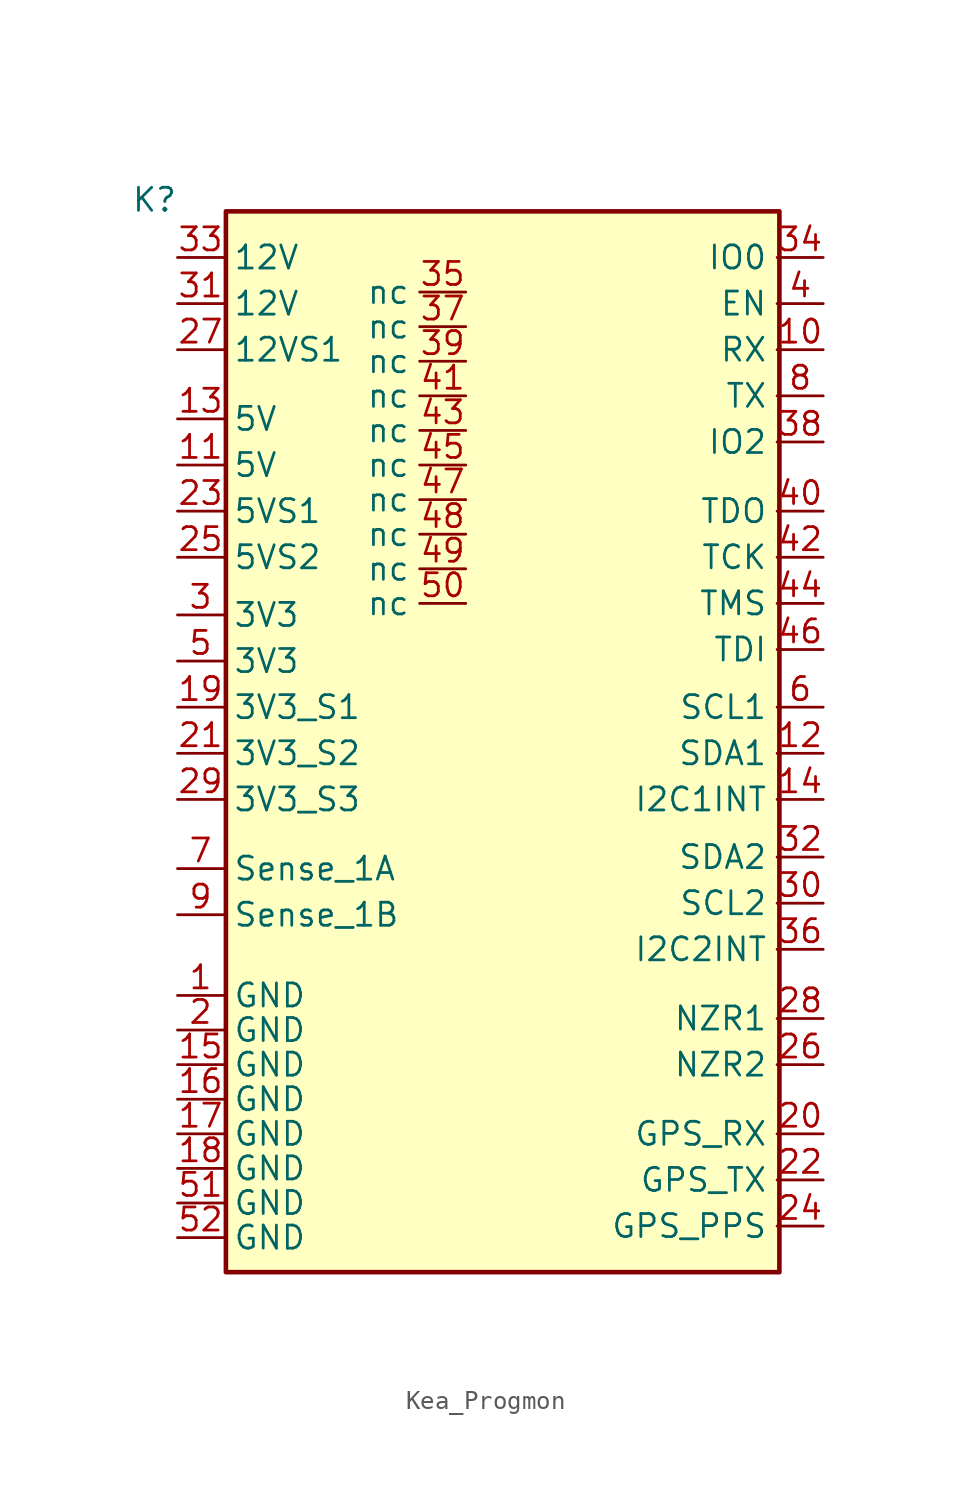
<source format=kicad_sym>
(kicad_symbol_lib
  (version 20220914)
  (generator kicad_symbol_editor)
  (symbol "Kea_Progmon"
    (property "Reference" "K"
      (at 0 0 0)
      (effects (font (size 1.27 1.27))))
    (property "Value" ""
      (at 0 0 0)
      (effects (font (size 1.27 1.27))))
    (symbol "Kea_Progmon_0_1"
      (rectangle (start 3.937 -0.635) (end 34.417 -59.055) (stroke (width 0.254) (type default)) (fill (type background))))
    (symbol "Kea_Progmon_1_1"
      (pin power_in line (at 1.27 -43.815 0) (length 2.54) (name "GND" (effects (font (size 1.27 1.27)))) (number "1" (effects (font (size 1.27 1.27)))))
      (pin bidirectional line (at 36.83 -8.255 180) (length 2.54) (name "RX" (effects (font (size 1.27 1.27)))) (number "10" (effects (font (size 1.27 1.27)))))
      (pin input line (at 1.27 -14.605 0) (length 2.54) (name "5V" (effects (font (size 1.27 1.27)))) (number "11" (effects (font (size 1.27 1.27)))))
      (pin output line (at 36.83 -30.48 180) (length 2.54) (name "SDA1" (effects (font (size 1.27 1.27)))) (number "12" (effects (font (size 1.27 1.27)))))
      (pin input line (at 1.27 -12.065 0) (length 2.54) (name "5V" (effects (font (size 1.27 1.27)))) (number "13" (effects (font (size 1.27 1.27)))))
      (pin output line (at 36.83 -33.02 180) (length 2.54) (name "I2C1INT" (effects (font (size 1.27 1.27)))) (number "14" (effects (font (size 1.27 1.27)))))
      (pin power_in line (at 1.27 -47.625 0) (length 2.54) (name "GND" (effects (font (size 1.27 1.27)))) (number "15" (effects (font (size 1.27 1.27)))))
      (pin power_in line (at 1.27 -49.53 0) (length 2.54) (name "GND" (effects (font (size 1.27 1.27)))) (number "16" (effects (font (size 1.27 1.27)))))
      (pin power_in line (at 1.27 -51.435 0) (length 2.54) (name "GND" (effects (font (size 1.27 1.27)))) (number "17" (effects (font (size 1.27 1.27)))))
      (pin power_in line (at 1.27 -53.34 0) (length 2.54) (name "GND" (effects (font (size 1.27 1.27)))) (number "18" (effects (font (size 1.27 1.27)))))
      (pin passive line (at 1.27 -27.94 0) (length 2.54) (name "3V3_S1" (effects (font (size 1.27 1.27)))) (number "19" (effects (font (size 1.27 1.27)))))
      (pin power_in line (at 1.27 -45.72 0) (length 2.54) (name "GND" (effects (font (size 1.27 1.27)))) (number "2" (effects (font (size 1.27 1.27)))))
      (pin unspecified line (at 36.83 -51.435 180) (length 2.54) (name "GPS_RX" (effects (font (size 1.27 1.27)))) (number "20" (effects (font (size 1.27 1.27)))))
      (pin passive line (at 1.27 -30.48 0) (length 2.54) (name "3V3_S2" (effects (font (size 1.27 1.27)))) (number "21" (effects (font (size 1.27 1.27)))))
      (pin unspecified line (at 36.83 -53.975 180) (length 2.54) (name "GPS_TX" (effects (font (size 1.27 1.27)))) (number "22" (effects (font (size 1.27 1.27)))))
      (pin output line (at 1.27 -17.145 0) (length 2.54) (name "5VS1" (effects (font (size 1.27 1.27)))) (number "23" (effects (font (size 1.27 1.27)))))
      (pin unspecified line (at 36.83 -56.515 180) (length 2.54) (name "GPS_PPS" (effects (font (size 1.27 1.27)))) (number "24" (effects (font (size 1.27 1.27)))))
      (pin output line (at 1.27 -19.685 0) (length 2.54) (name "5VS2" (effects (font (size 1.27 1.27)))) (number "25" (effects (font (size 1.27 1.27)))))
      (pin passive line (at 36.83 -47.625 180) (length 2.54) (name "NZR2" (effects (font (size 1.27 1.27)))) (number "26" (effects (font (size 1.27 1.27)))))
      (pin passive line (at 1.27 -8.255 0) (length 2.54) (name "12VS1" (effects (font (size 1.27 1.27)))) (number "27" (effects (font (size 1.27 1.27)))))
      (pin power_in line (at 36.83 -45.085 180) (length 2.54) (name "NZR1" (effects (font (size 1.27 1.27)))) (number "28" (effects (font (size 1.27 1.27)))))
      (pin unspecified line (at 1.27 -33.02 0) (length 2.54) (name "3V3_S3" (effects (font (size 1.27 1.27)))) (number "29" (effects (font (size 1.27 1.27)))))
      (pin passive line (at 1.27 -22.86 0) (length 2.54) (name "3V3" (effects (font (size 1.27 1.27)))) (number "3" (effects (font (size 1.27 1.27)))))
      (pin input line (at 36.83 -38.735 180) (length 2.54) (name "SCL2" (effects (font (size 1.27 1.27)))) (number "30" (effects (font (size 1.27 1.27)))))
      (pin input line (at 1.27 -5.715 0) (length 2.54) (name "12V" (effects (font (size 1.27 1.27)))) (number "31" (effects (font (size 1.27 1.27)))))
      (pin bidirectional line (at 36.83 -36.195 180) (length 2.54) (name "SDA2" (effects (font (size 1.27 1.27)))) (number "32" (effects (font (size 1.27 1.27)))))
      (pin input line (at 1.27 -3.175 0) (length 2.54) (name "12V" (effects (font (size 1.27 1.27)))) (number "33" (effects (font (size 1.27 1.27)))))
      (pin passive line (at 36.83 -3.175 180) (length 2.54) (name "IO0" (effects (font (size 1.27 1.27)))) (number "34" (effects (font (size 1.27 1.27)))))
      (pin unspecified line (at 17.145 -5.08 180) (length 2.54) (name "nc" (effects (font (size 1.27 1.27)))) (number "35" (effects (font (size 1.27 1.27)))))
      (pin bidirectional line (at 36.83 -41.275 180) (length 2.54) (name "I2C2INT" (effects (font (size 1.27 1.27)))) (number "36" (effects (font (size 1.27 1.27)))))
      (pin unspecified line (at 17.145 -6.985 180) (length 2.54) (name "nc" (effects (font (size 1.27 1.27)))) (number "37" (effects (font (size 1.27 1.27)))))
      (pin bidirectional line (at 36.83 -13.335 180) (length 2.54) (name "IO2" (effects (font (size 1.27 1.27)))) (number "38" (effects (font (size 1.27 1.27)))))
      (pin unspecified line (at 17.145 -8.89 180) (length 2.54) (name "nc" (effects (font (size 1.27 1.27)))) (number "39" (effects (font (size 1.27 1.27)))))
      (pin power_in line (at 36.83 -5.715 180) (length 2.54) (name "EN" (effects (font (size 1.27 1.27)))) (number "4" (effects (font (size 1.27 1.27)))))
      (pin passive line (at 36.83 -17.145 180) (length 2.54) (name "TDO" (effects (font (size 1.27 1.27)))) (number "40" (effects (font (size 1.27 1.27)))))
      (pin unspecified line (at 17.145 -10.795 180) (length 2.54) (name "nc" (effects (font (size 1.27 1.27)))) (number "41" (effects (font (size 1.27 1.27)))))
      (pin open_collector line (at 36.83 -19.685 180) (length 2.54) (name "TCK" (effects (font (size 1.27 1.27)))) (number "42" (effects (font (size 1.27 1.27)))))
      (pin unspecified line (at 17.145 -12.7 180) (length 2.54) (name "nc" (effects (font (size 1.27 1.27)))) (number "43" (effects (font (size 1.27 1.27)))))
      (pin open_collector line (at 36.83 -22.225 180) (length 2.54) (name "TMS" (effects (font (size 1.27 1.27)))) (number "44" (effects (font (size 1.27 1.27)))))
      (pin unspecified line (at 17.145 -14.605 180) (length 2.54) (name "nc" (effects (font (size 1.27 1.27)))) (number "45" (effects (font (size 1.27 1.27)))))
      (pin open_collector line (at 36.83 -24.765 180) (length 2.54) (name "TDI" (effects (font (size 1.27 1.27)))) (number "46" (effects (font (size 1.27 1.27)))))
      (pin unspecified line (at 17.145 -16.51 180) (length 2.54) (name "nc" (effects (font (size 1.27 1.27)))) (number "47" (effects (font (size 1.27 1.27)))))
      (pin unspecified line (at 17.145 -18.415 180) (length 2.54) (name "nc" (effects (font (size 1.27 1.27)))) (number "48" (effects (font (size 1.27 1.27)))))
      (pin unspecified line (at 17.145 -20.32 180) (length 2.54) (name "nc" (effects (font (size 1.27 1.27)))) (number "49" (effects (font (size 1.27 1.27)))))
      (pin passive line (at 1.27 -25.4 0) (length 2.54) (name "3V3" (effects (font (size 1.27 1.27)))) (number "5" (effects (font (size 1.27 1.27)))))
      (pin unspecified line (at 17.145 -22.225 180) (length 2.54) (name "nc" (effects (font (size 1.27 1.27)))) (number "50" (effects (font (size 1.27 1.27)))))
      (pin power_in line (at 1.27 -55.245 0) (length 2.54) (name "GND" (effects (font (size 1.27 1.27)))) (number "51" (effects (font (size 1.27 1.27)))))
      (pin power_in line (at 1.27 -57.15 0) (length 2.54) (name "GND" (effects (font (size 1.27 1.27)))) (number "52" (effects (font (size 1.27 1.27)))))
      (pin power_in line (at 36.83 -27.94 180) (length 2.54) (name "SCL1" (effects (font (size 1.27 1.27)))) (number "6" (effects (font (size 1.27 1.27)))))
      (pin open_collector line (at 1.27 -36.83 0) (length 2.54) (name "Sense_1A" (effects (font (size 1.27 1.27)))) (number "7" (effects (font (size 1.27 1.27)))))
      (pin power_out line (at 36.83 -10.795 180) (length 2.54) (name "TX" (effects (font (size 1.27 1.27)))) (number "8" (effects (font (size 1.27 1.27)))))
      (pin passive line (at 1.27 -39.37 0) (length 2.54) (name "Sense_1B" (effects (font (size 1.27 1.27)))) (number "9" (effects (font (size 1.27 1.27))))))))
</source>
